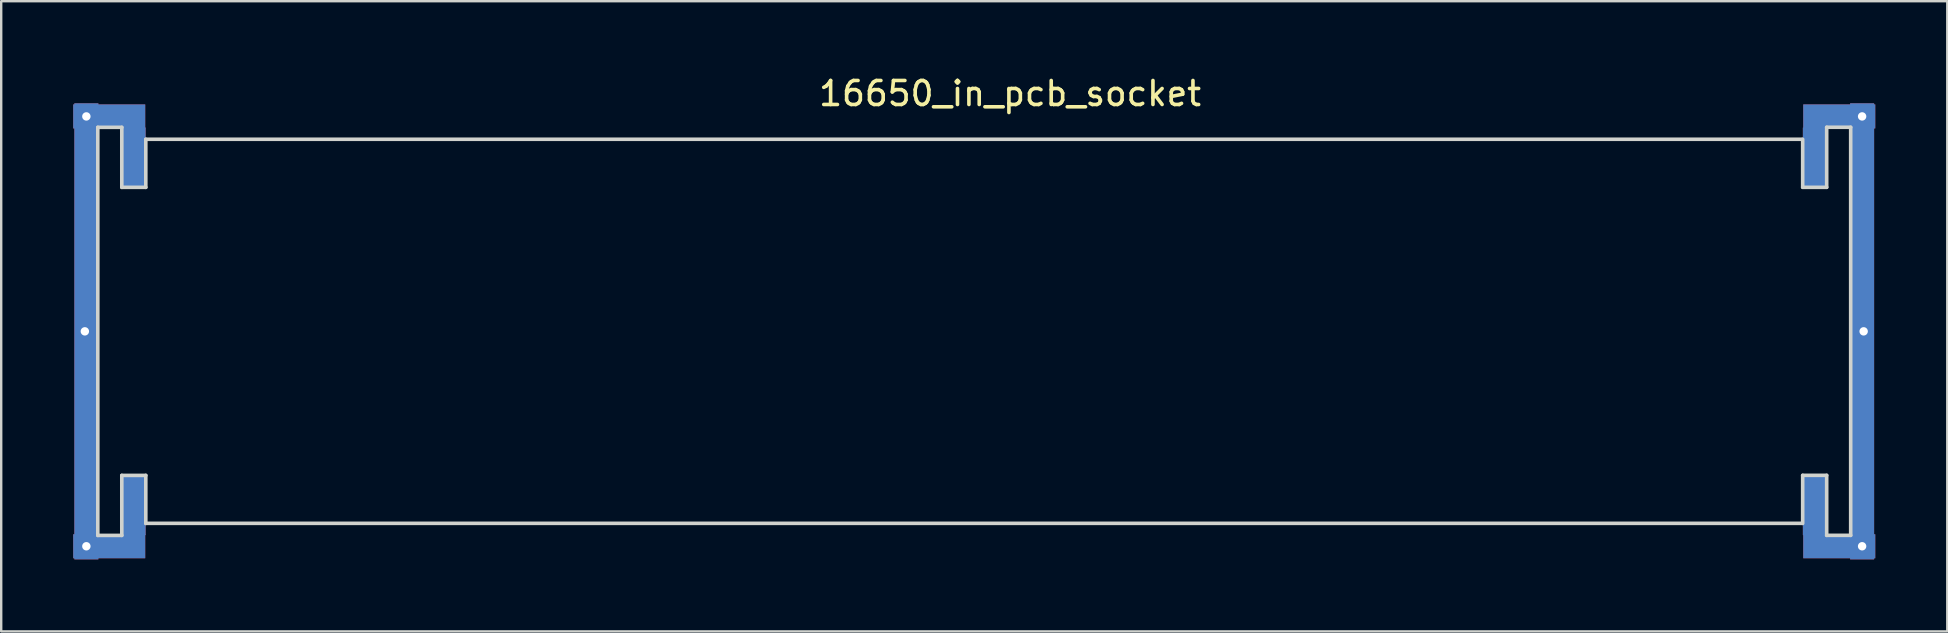
<source format=kicad_pcb>
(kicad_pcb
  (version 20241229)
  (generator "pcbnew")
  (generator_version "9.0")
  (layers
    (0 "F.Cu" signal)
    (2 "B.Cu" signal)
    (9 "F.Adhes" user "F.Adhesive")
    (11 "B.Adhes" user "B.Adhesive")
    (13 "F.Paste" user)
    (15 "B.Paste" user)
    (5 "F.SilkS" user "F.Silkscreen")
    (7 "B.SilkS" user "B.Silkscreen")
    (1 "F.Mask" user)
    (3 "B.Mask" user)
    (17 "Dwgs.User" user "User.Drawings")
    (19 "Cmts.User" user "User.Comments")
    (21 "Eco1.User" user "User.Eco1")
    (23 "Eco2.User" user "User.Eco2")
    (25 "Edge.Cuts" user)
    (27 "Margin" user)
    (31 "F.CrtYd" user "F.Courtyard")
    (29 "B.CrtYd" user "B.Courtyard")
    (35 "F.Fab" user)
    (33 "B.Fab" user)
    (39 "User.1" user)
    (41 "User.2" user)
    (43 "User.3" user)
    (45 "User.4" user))
  (footprint "16650_in_pcb_socket"
    (layer "F.Cu")
    (at 39.029 2.753)
    (property "Reference" "16650_in_pcb_socket" (at 0 -1.905 0) (layer "F.SilkS") (effects (font (size 1 1) (thickness 0.15))))
    (attr through_hole)
    (fp_line (start -38.005 -0.498) (end -38.005 16.502) (stroke (width 0.15) (type solid)) (layer "Edge.Cuts"))
    (fp_line (start -38.005 16.502) (end -37.005 16.502) (stroke (width 0.15) (type solid)) (layer "Edge.Cuts"))
    (fp_line (start -37.005 -0.498) (end -38.005 -0.498) (stroke (width 0.15) (type solid)) (layer "Edge.Cuts"))
    (fp_line (start -37.005 2.002) (end -37.005 -0.498) (stroke (width 0.15) (type solid)) (layer "Edge.Cuts"))
    (fp_line (start -37.005 14.002) (end -36.005 14.002) (stroke (width 0.15) (type solid)) (layer "Edge.Cuts"))
    (fp_line (start -37.005 16.502) (end -37.005 14.002) (stroke (width 0.15) (type solid)) (layer "Edge.Cuts"))
    (fp_line (start -36.005 0) (end -36.005 2.002) (stroke (width 0.15) (type solid)) (layer "Edge.Cuts"))
    (fp_line (start -36.005 0) (end 32.995 0) (stroke (width 0.15) (type solid)) (layer "Edge.Cuts"))
    (fp_line (start -36.005 2.002) (end -37.005 2.002) (stroke (width 0.15) (type solid)) (layer "Edge.Cuts"))
    (fp_line (start -36.005 16.002) (end -36.005 14.002) (stroke (width 0.15) (type solid)) (layer "Edge.Cuts"))
    (fp_line (start 32.995 16) (end -36.005 16) (stroke (width 0.15) (type solid)) (layer "Edge.Cuts"))
    (fp_line (start 33.02 0) (end 33.02 2) (stroke (width 0.15) (type solid)) (layer "Edge.Cuts"))
    (fp_line (start 33.02 14) (end 34.02 14) (stroke (width 0.15) (type solid)) (layer "Edge.Cuts"))
    (fp_line (start 33.02 16.002) (end 33.02 14) (stroke (width 0.15) (type solid)) (layer "Edge.Cuts"))
    (fp_line (start 34.02 -0.5) (end 34.02 2) (stroke (width 0.15) (type solid)) (layer "Edge.Cuts"))
    (fp_line (start 34.02 2) (end 33.02 2) (stroke (width 0.15) (type solid)) (layer "Edge.Cuts"))
    (fp_line (start 34.02 14) (end 34.02 16.5) (stroke (width 0.15) (type solid)) (layer "Edge.Cuts"))
    (fp_line (start 34.02 16.5) (end 35.02 16.5) (stroke (width 0.15) (type solid)) (layer "Edge.Cuts"))
    (fp_line (start 35.02 -0.5) (end 34.02 -0.5) (stroke (width 0.15) (type solid)) (layer "Edge.Cuts"))
    (fp_line (start 35.02 16.5) (end 35.02 -0.5) (stroke (width 0.15) (type solid)) (layer "Edge.Cuts"))
    (pad "1" thru_hole circle (at -38.544 8.001 180) (size 0.5 0.5) (drill 0.35) (layers "*.Cu" "*.Mask"))
    (pad "1" thru_hole circle (at -38.481 -0.953 180) (size 0.5 0.5) (drill 0.35) (layers "*.Cu" "*.Mask"))
    (pad "1" smd rect (at -38.481 8.001 180) (size 1 19) (layers "F.Cu" "F.Mask" "F.Paste"))
    (pad "1" smd rect (at -38.481 8.001 180) (size 1 19) (layers "F.Mask" "B.Cu" "F.Paste"))
    (pad "1" thru_hole circle (at -38.481 16.954 180) (size 0.5 0.5) (drill 0.35) (layers "*.Cu" "*.Mask"))
    (pad "1" smd rect (at -37.529 -0.953 90) (size 1 3) (layers "F.Cu" "F.Mask" "F.Paste"))
    (pad "1" smd rect (at -37.529 -0.953 90) (size 1 3) (layers "B.Cu" "B.Mask" "B.Paste"))
    (pad "1" smd rect (at -37.529 16.954 90) (size 1 3) (layers "F.Cu" "F.Mask" "F.Paste"))
    (pad "1" smd rect (at -37.529 16.954 90) (size 1 3) (layers "B.Cu" "B.Mask" "B.Paste"))
    (pad "1" smd rect (at -36.513 0.762) (size 1 2.5) (layers "F.Cu" "F.Mask" "F.Paste"))
    (pad "1" smd rect (at -36.513 0.762) (size 1 2.5) (layers "B.Cu" "B.Mask" "B.Paste"))
    (pad "1" smd rect (at -36.513 15.24) (size 1 2.5) (layers "F.Cu" "F.Mask" "F.Paste"))
    (pad "1" smd rect (at -36.513 15.24) (size 1 2.5) (layers "B.Cu" "B.Mask" "B.Paste"))
    (pad "2" smd rect (at 33.528 0.762 180) (size 1 2.5) (layers "F.Cu" "F.Mask" "F.Paste"))
    (pad "2" smd rect (at 33.528 0.762 180) (size 1 2.5) (layers "B.Cu" "B.Mask" "B.Paste"))
    (pad "2" smd rect (at 33.528 15.24 180) (size 1 2.5) (layers "F.Cu" "F.Mask" "F.Paste"))
    (pad "2" smd rect (at 33.528 15.24 180) (size 1 2.5) (layers "B.Cu" "B.Mask" "B.Paste"))
    (pad "2" smd rect (at 34.544 -0.953 270) (size 1 3) (layers "F.Cu" "F.Mask" "F.Paste"))
    (pad "2" smd rect (at 34.544 -0.953 270) (size 1 3) (layers "B.Cu" "B.Mask" "B.Paste"))
    (pad "2" smd rect (at 34.544 16.954 270) (size 1 3) (layers "F.Cu" "F.Mask" "F.Paste"))
    (pad "2" smd rect (at 34.544 16.954 270) (size 1 3) (layers "B.Cu" "B.Mask" "B.Paste"))
    (pad "2" thru_hole circle (at 35.496 -0.953) (size 0.5 0.5) (drill 0.35) (layers "*.Cu" "*.Mask"))
    (pad "2" smd rect (at 35.496 8.001) (size 1 19) (layers "F.Cu" "F.Mask" "F.Paste"))
    (pad "2" smd rect (at 35.496 8.001) (size 1 19) (layers "F.Mask" "B.Cu" "F.Paste"))
    (pad "2" thru_hole circle (at 35.496 16.954) (size 0.5 0.5) (drill 0.35) (layers "*.Cu" "*.Mask"))
    (pad "2" thru_hole circle (at 35.56 8.001) (size 0.5 0.5) (drill 0.35) (layers "*.Cu" "*.Mask")))
  (gr_rect
    (start -3 -3)
    (end 78.073 23.254)
    (stroke (width 0.1) (type default))
    (fill no)
    (layer "Edge.Cuts")))
</source>
